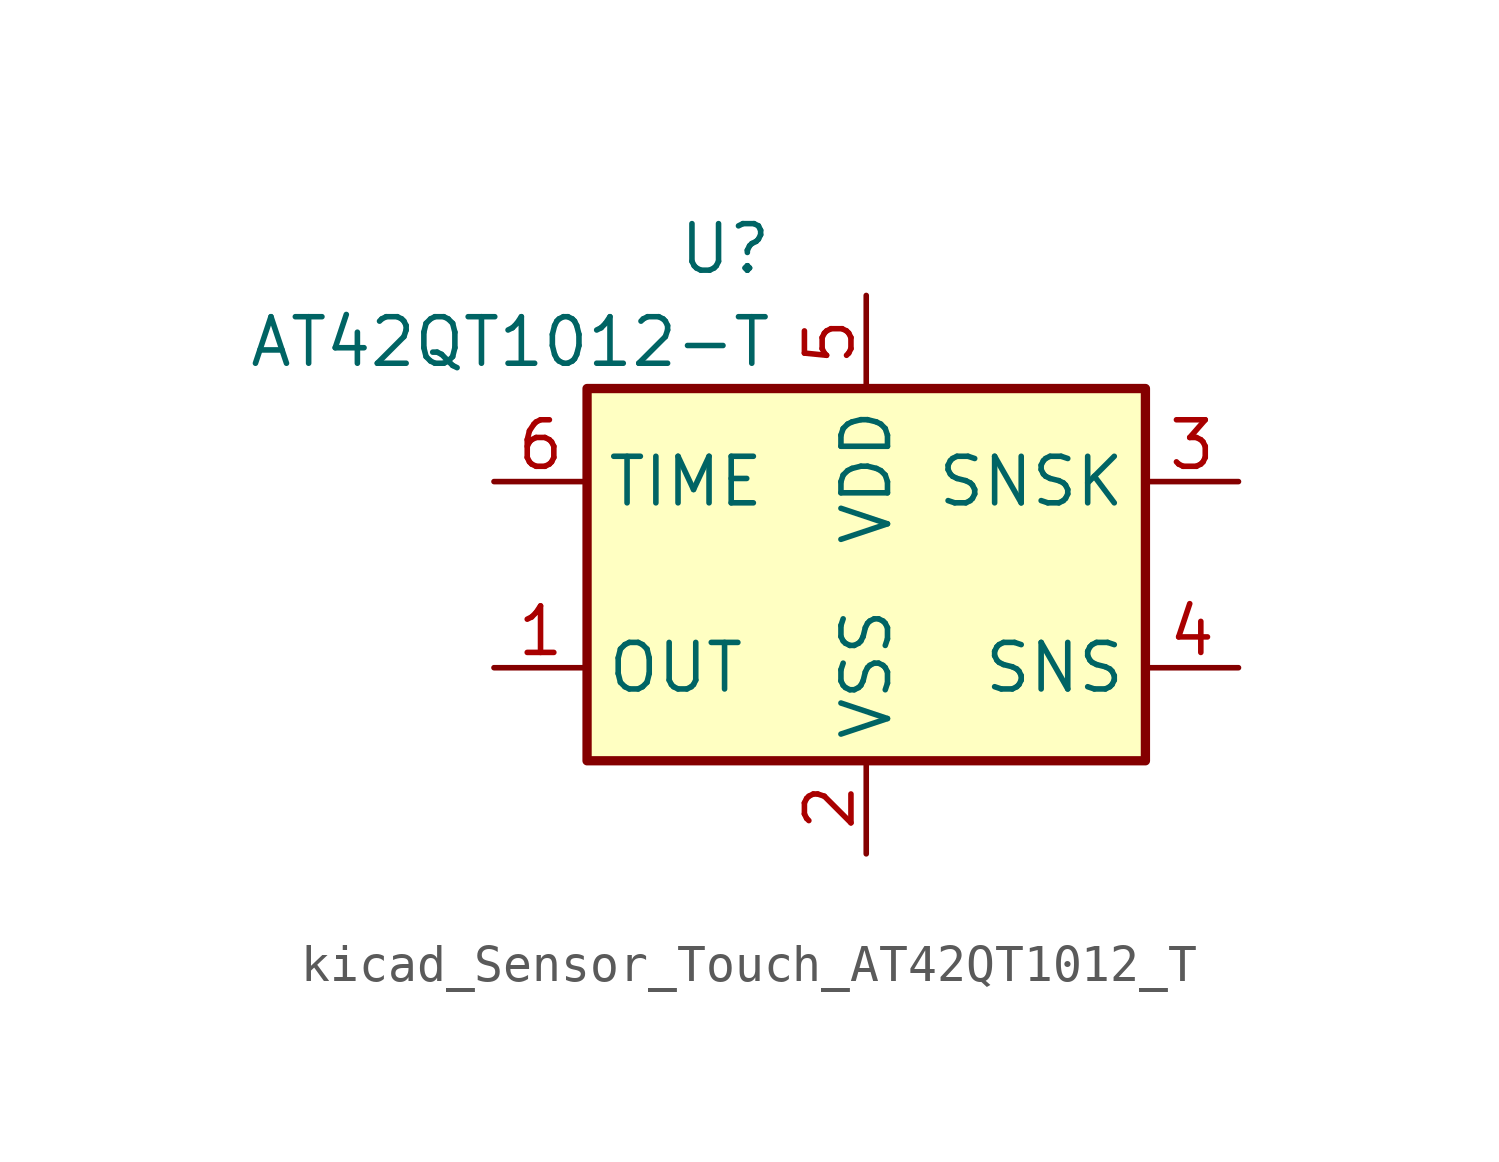
<source format=kicad_sym>
(kicad_symbol_lib
  (version 20220914)
  (generator kicad_symbol_editor)
  (symbol "kicad_Sensor_Touch_AT42QT1012_T"
    (property "Reference" "U"
      (at -2.54 8.89 0)
      (effects (font (size 1.27 1.27)) (justify right)))
    (property "Value" "AT42QT1012-T"
      (at -2.54 6.35 0)
      (effects (font (size 1.27 1.27)) (justify right)))
    (symbol "kicad_Sensor_Touch_AT42QT1012_T_0_1"
      (rectangle (start -7.62 5.08) (end 7.62 -5.08) (stroke (width 0.254) (type default)) (fill (type background))))
    (symbol "kicad_Sensor_Touch_AT42QT1012_T_1_1"
      (pin output line (at -10.16 -2.54 0) (length 2.54) (name "OUT" (effects (font (size 1.27 1.27)))) (number "1" (effects (font (size 1.27 1.27)))))
      (pin power_in line (at 0 -7.62 90) (length 2.54) (name "VSS" (effects (font (size 1.27 1.27)))) (number "2" (effects (font (size 1.27 1.27)))))
      (pin passive line (at 10.16 2.54 180) (length 2.54) (name "SNSK" (effects (font (size 1.27 1.27)))) (number "3" (effects (font (size 1.27 1.27)))))
      (pin passive line (at 10.16 -2.54 180) (length 2.54) (name "SNS" (effects (font (size 1.27 1.27)))) (number "4" (effects (font (size 1.27 1.27)))))
      (pin power_in line (at 0 7.62 270) (length 2.54) (name "VDD" (effects (font (size 1.27 1.27)))) (number "5" (effects (font (size 1.27 1.27)))))
      (pin input line (at -10.16 2.54 0) (length 2.54) (name "TIME" (effects (font (size 1.27 1.27)))) (number "6" (effects (font (size 1.27 1.27))))))))
</source>
